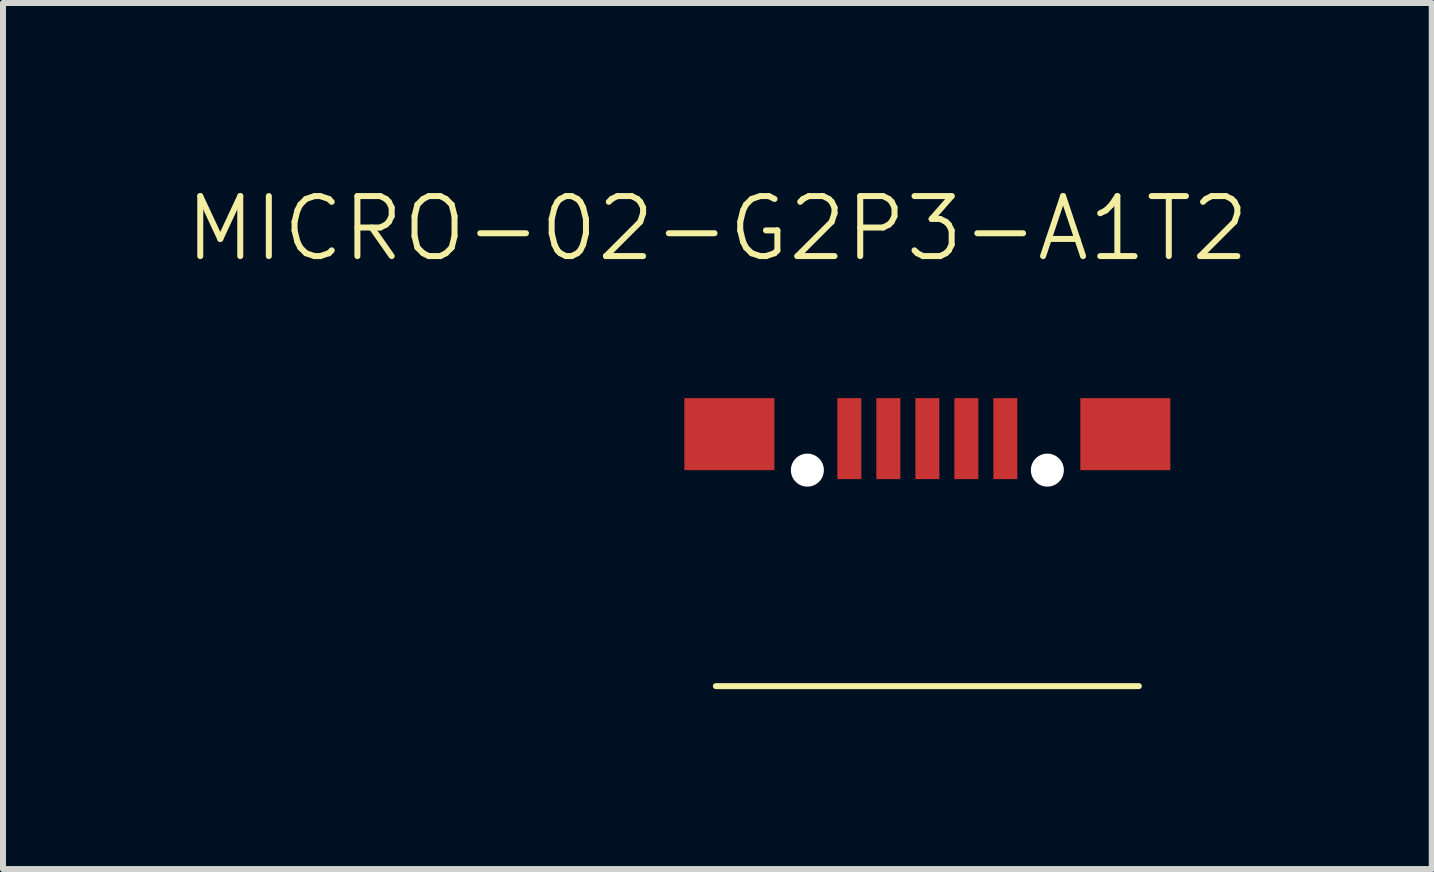
<source format=kicad_pcb>
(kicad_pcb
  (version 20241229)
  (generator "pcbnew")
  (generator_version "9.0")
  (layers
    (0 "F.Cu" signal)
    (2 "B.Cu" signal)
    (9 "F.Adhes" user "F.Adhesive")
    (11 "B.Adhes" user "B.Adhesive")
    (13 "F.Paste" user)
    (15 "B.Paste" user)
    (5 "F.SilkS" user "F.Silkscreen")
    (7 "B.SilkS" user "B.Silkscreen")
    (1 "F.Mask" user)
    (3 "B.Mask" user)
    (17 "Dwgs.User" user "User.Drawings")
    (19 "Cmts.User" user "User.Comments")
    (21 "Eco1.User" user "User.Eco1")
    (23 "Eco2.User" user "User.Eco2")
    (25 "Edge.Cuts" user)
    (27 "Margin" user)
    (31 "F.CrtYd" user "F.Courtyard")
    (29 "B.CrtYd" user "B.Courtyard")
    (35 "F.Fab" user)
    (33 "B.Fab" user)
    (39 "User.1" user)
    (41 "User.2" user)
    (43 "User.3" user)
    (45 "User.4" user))
  (footprint "MICRO-02-G2P3-A1T2"
    (layer "F.Cu")
    (at 12.407 6.261)
    (property "Reference" "MICRO-02-G2P3-A1T2" (at -3.5 -5.5 0) (unlocked yes) (layer "F.SilkS") (effects (font (size 1 1) (thickness 0.1))))
    (attr smd)
    (fp_line (start 3.525 2.125) (end -3.525 2.125) (stroke (width 0.1) (type default)) (layer "F.SilkS"))
    (pad "" np_thru_hole circle (at -2 -1.475) (size 0.55 0.55) (drill 0.55) (layers "*.Cu" "*.Mask"))
    (pad "" np_thru_hole circle (at 2 -1.475) (size 0.55 0.55) (drill 0.55) (layers "*.Cu" "*.Mask"))
    (pad "1" smd rect (at -1.3 -2) (size 0.4 1.35) (layers "F.Cu" "F.Mask" "F.Paste"))
    (pad "2" smd rect (at -0.65 -2) (size 0.4 1.35) (layers "F.Cu" "F.Mask" "F.Paste"))
    (pad "3" smd rect (at 0 -2) (size 0.4 1.35) (layers "F.Cu" "F.Mask" "F.Paste"))
    (pad "4" smd rect (at 0.65 -2) (size 0.4 1.35) (layers "F.Cu" "F.Mask" "F.Paste"))
    (pad "5" smd rect (at 1.3 -2) (size 0.4 1.35) (layers "F.Cu" "F.Mask" "F.Paste"))
    (pad "6" smd rect (at -3.3 -2.075) (size 1.5 1.2) (layers "F.Cu" "F.Mask" "F.Paste"))
    (pad "6" smd rect (at 3.3 -2.075) (size 1.5 1.2) (layers "F.Cu" "F.Mask" "F.Paste")))
  (gr_rect
    (start -3 -3)
    (end 20.814 11.435)
    (stroke (width 0.1) (type default))
    (fill no)
    (layer "Edge.Cuts")))
</source>
